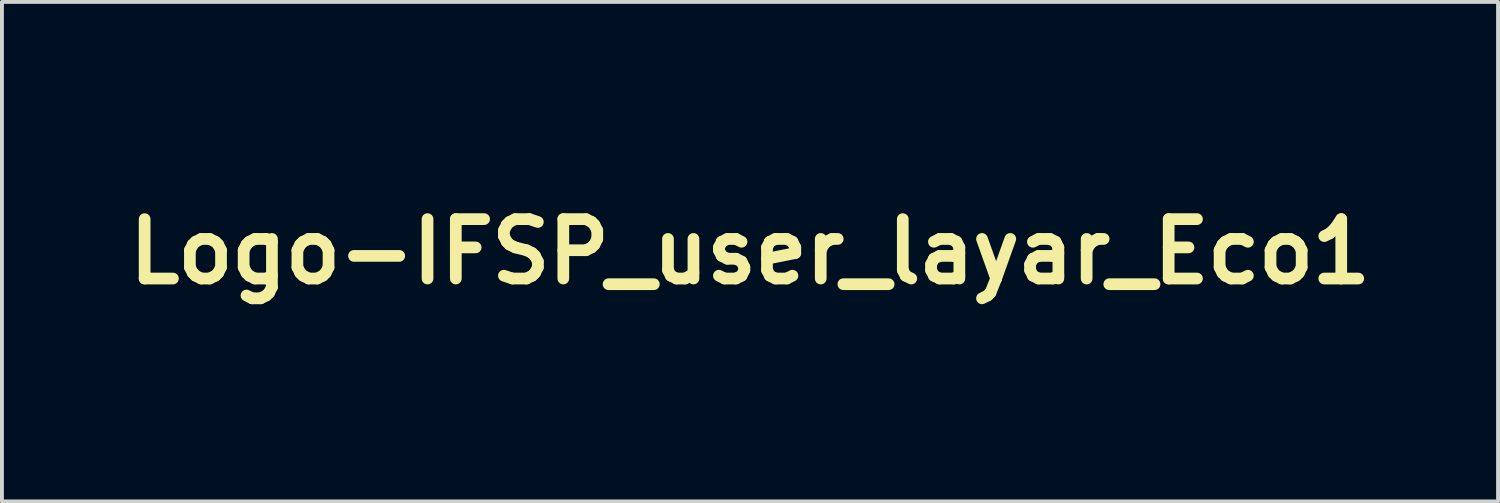
<source format=kicad_pcb>
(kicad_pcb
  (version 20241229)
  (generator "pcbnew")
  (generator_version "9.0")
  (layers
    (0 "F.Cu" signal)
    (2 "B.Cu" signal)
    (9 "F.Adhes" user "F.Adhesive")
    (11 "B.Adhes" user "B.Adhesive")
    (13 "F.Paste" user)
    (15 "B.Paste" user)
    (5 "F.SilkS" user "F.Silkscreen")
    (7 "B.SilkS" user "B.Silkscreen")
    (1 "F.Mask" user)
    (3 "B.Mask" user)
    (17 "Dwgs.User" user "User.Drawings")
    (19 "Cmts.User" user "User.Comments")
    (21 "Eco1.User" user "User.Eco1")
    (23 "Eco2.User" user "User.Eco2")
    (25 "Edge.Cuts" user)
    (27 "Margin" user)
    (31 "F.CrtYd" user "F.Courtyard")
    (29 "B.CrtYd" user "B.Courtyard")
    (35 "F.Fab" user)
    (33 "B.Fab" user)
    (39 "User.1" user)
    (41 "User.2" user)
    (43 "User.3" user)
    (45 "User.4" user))
  (footprint "Logo-IFSP_user_layar_Eco1"
    (layer "F.Cu")
    (at 16.191 3.406)
    (property "Reference" "Logo-IFSP_user_layar_Eco1" (at 0 0 0) (layer "F.SilkS") (effects (font (size 1.524 1.524) (thickness 0.3))))
    (attr through_hole)
    (fp_poly (pts (xy -1.732 -3.401) (xy -1.706 -3.4) (xy -1.681 -3.399) (xy -1.658 -3.397) (xy -1.638 -3.395) (xy -1.631 -3.394) (xy -1.568 -3.382) (xy -1.508 -3.365) (xy -1.449 -3.343) (xy -1.393 -3.317) (xy -1.338 -3.287) (xy -1.287 -3.252) (xy -1.238 -3.212) (xy -1.203 -3.18) (xy -1.158 -3.133) (xy -1.118 -3.084) (xy -1.083 -3.033) (xy -1.052 -2.979) (xy -1.025 -2.923) (xy -1.003 -2.864) (xy -0.985 -2.802) (xy -0.971 -2.738) (xy -0.967 -2.715) (xy -0.965 -2.696) (xy -0.963 -2.674) (xy -0.962 -2.648) (xy -0.961 -2.622) (xy -0.961 -2.594) (xy -0.962 -2.567) (xy -0.963 -2.542) (xy -0.964 -2.519) (xy -0.966 -2.501) (xy -0.966 -2.5) (xy -0.978 -2.434) (xy -0.994 -2.371) (xy -1.014 -2.311) (xy -1.039 -2.253) (xy -1.069 -2.197) (xy -1.102 -2.144) (xy -1.14 -2.094) (xy -1.182 -2.047) (xy -1.194 -2.035) (xy -1.241 -1.991) (xy -1.29 -1.952) (xy -1.342 -1.918) (xy -1.396 -1.888) (xy -1.453 -1.862) (xy -1.511 -1.841) (xy -1.571 -1.825) (xy -1.633 -1.813) (xy -1.697 -1.806) (xy -1.701 -1.806) (xy -1.719 -1.805) (xy -1.734 -1.804) (xy -1.748 -1.804) (xy -1.76 -1.804) (xy -1.774 -1.805) (xy -1.791 -1.806) (xy -1.798 -1.806) (xy -1.86 -1.813) (xy -1.922 -1.824) (xy -1.982 -1.841) (xy -2.04 -1.861) (xy -2.096 -1.887) (xy -2.149 -1.916) (xy -2.201 -1.95) (xy -2.25 -1.988) (xy -2.295 -2.03) (xy -2.338 -2.076) (xy -2.378 -2.125) (xy -2.402 -2.16) (xy -2.416 -2.181) (xy -2.43 -2.206) (xy -2.444 -2.232) (xy -2.457 -2.258) (xy -2.469 -2.282) (xy -2.473 -2.292) (xy -2.495 -2.352) (xy -2.512 -2.413) (xy -2.524 -2.474) (xy -2.532 -2.537) (xy -2.534 -2.599) (xy -2.532 -2.661) (xy -2.526 -2.724) (xy -2.514 -2.785) (xy -2.497 -2.846) (xy -2.476 -2.905) (xy -2.456 -2.951) (xy -2.426 -3.008) (xy -2.392 -3.061) (xy -2.355 -3.112) (xy -2.313 -3.159) (xy -2.268 -3.203) (xy -2.22 -3.242) (xy -2.177 -3.273) (xy -2.123 -3.306) (xy -2.067 -3.334) (xy -2.009 -3.357) (xy -1.95 -3.375) (xy -1.889 -3.389) (xy -1.826 -3.398) (xy -1.823 -3.399) (xy -1.805 -3.4) (xy -1.783 -3.401) (xy -1.758 -3.401) (xy -1.732 -3.401)) (stroke (width 0.01) (type solid)) (fill no) (layer "Eco1.User"))
    (fp_poly (pts (xy 1.536 0.038) (xy 1.593 0.039) (xy 1.655 0.039) (xy 1.722 0.039) (xy 1.737 0.039) (xy 1.798 0.039) (xy 1.854 0.039) (xy 1.905 0.039) (xy 1.952 0.039) (xy 1.994 0.039) (xy 2.033 0.039) (xy 2.067 0.039) (xy 2.098 0.04) (xy 2.126 0.04) (xy 2.151 0.04) (xy 2.173 0.04) (xy 2.192 0.041) (xy 2.209 0.041) (xy 2.223 0.041) (xy 2.236 0.042) (xy 2.246 0.042) (xy 2.255 0.043) (xy 2.263 0.044) (xy 2.27 0.045) (xy 2.275 0.045) (xy 2.28 0.046) (xy 2.284 0.048) (xy 2.289 0.049) (xy 2.293 0.05) (xy 2.297 0.052) (xy 2.301 0.053) (xy 2.305 0.054) (xy 2.339 0.068) (xy 2.371 0.087) (xy 2.402 0.11) (xy 2.43 0.136) (xy 2.456 0.167) (xy 2.478 0.2) (xy 2.493 0.225) (xy 2.505 0.253) (xy 2.516 0.283) (xy 2.525 0.314) (xy 2.528 0.326) (xy 2.534 0.352) (xy 2.534 1.355) (xy 2.528 1.381) (xy 2.516 1.425) (xy 2.501 1.466) (xy 2.481 1.503) (xy 2.458 1.538) (xy 2.431 1.569) (xy 2.426 1.575) (xy 2.396 1.602) (xy 2.364 1.625) (xy 2.331 1.642) (xy 2.296 1.656) (xy 2.259 1.664) (xy 2.253 1.665) (xy 2.247 1.666) (xy 2.237 1.666) (xy 2.222 1.666) (xy 2.203 1.667) (xy 2.18 1.667) (xy 2.154 1.667) (xy 2.124 1.668) (xy 2.091 1.668) (xy 2.056 1.668) (xy 2.018 1.668) (xy 1.979 1.669) (xy 1.937 1.669) (xy 1.894 1.669) (xy 1.85 1.669) (xy 1.805 1.669) (xy 1.759 1.669) (xy 1.713 1.669) (xy 1.667 1.669) (xy 1.622 1.669) (xy 1.577 1.669) (xy 1.533 1.669) (xy 1.491 1.669) (xy 1.449 1.668) (xy 1.41 1.668) (xy 1.373 1.668) (xy 1.338 1.668) (xy 1.306 1.667) (xy 1.278 1.667) (xy 1.252 1.667) (xy 1.23 1.666) (xy 1.212 1.666) (xy 1.198 1.666) (xy 1.189 1.665) (xy 1.186 1.665) (xy 1.149 1.657) (xy 1.114 1.644) (xy 1.08 1.626) (xy 1.048 1.604) (xy 1.018 1.577) (xy 1.017 1.576) (xy 0.99 1.545) (xy 0.966 1.511) (xy 0.946 1.475) (xy 0.93 1.435) (xy 0.917 1.392) (xy 0.914 1.379) (xy 0.908 1.353) (xy 0.908 0.354) (xy 0.914 0.328) (xy 0.926 0.284) (xy 0.941 0.244) (xy 0.96 0.206) (xy 0.982 0.172) (xy 1.007 0.141) (xy 1.034 0.114) (xy 1.065 0.091) (xy 1.098 0.071) (xy 1.133 0.056) (xy 1.17 0.046) (xy 1.201 0.041) (xy 1.207 0.04) (xy 1.216 0.04) (xy 1.229 0.04) (xy 1.246 0.039) (xy 1.267 0.039) (xy 1.292 0.039) (xy 1.322 0.039) (xy 1.355 0.039) (xy 1.394 0.039) (xy 1.437 0.039) (xy 1.484 0.038) (xy 1.536 0.038)) (stroke (width 0.01) (type solid)) (fill no) (layer "Eco1.User"))
    (fp_poly (pts (xy 1.527 -3.36) (xy 1.584 -3.36) (xy 1.646 -3.36) (xy 1.712 -3.36) (xy 1.735 -3.36) (xy 1.796 -3.36) (xy 1.852 -3.36) (xy 1.903 -3.359) (xy 1.95 -3.359) (xy 1.992 -3.359) (xy 2.031 -3.359) (xy 2.066 -3.359) (xy 2.097 -3.359) (xy 2.124 -3.359) (xy 2.149 -3.359) (xy 2.17 -3.358) (xy 2.189 -3.358) (xy 2.205 -3.358) (xy 2.219 -3.358) (xy 2.231 -3.358) (xy 2.241 -3.357) (xy 2.249 -3.357) (xy 2.255 -3.357) (xy 2.26 -3.356) (xy 2.264 -3.356) (xy 2.267 -3.355) (xy 2.27 -3.355) (xy 2.271 -3.355) (xy 2.306 -3.344) (xy 2.337 -3.332) (xy 2.365 -3.316) (xy 2.392 -3.297) (xy 2.418 -3.274) (xy 2.425 -3.268) (xy 2.452 -3.238) (xy 2.475 -3.206) (xy 2.494 -3.171) (xy 2.51 -3.134) (xy 2.523 -3.092) (xy 2.528 -3.073) (xy 2.534 -3.047) (xy 2.534 -2.043) (xy 2.528 -2.018) (xy 2.516 -1.975) (xy 2.501 -1.934) (xy 2.481 -1.896) (xy 2.458 -1.861) (xy 2.432 -1.83) (xy 2.428 -1.826) (xy 2.4 -1.8) (xy 2.371 -1.779) (xy 2.341 -1.761) (xy 2.307 -1.747) (xy 2.27 -1.736) (xy 2.267 -1.736) (xy 2.265 -1.735) (xy 2.262 -1.735) (xy 2.258 -1.734) (xy 2.254 -1.734) (xy 2.248 -1.733) (xy 2.241 -1.733) (xy 2.233 -1.733) (xy 2.223 -1.733) (xy 2.211 -1.732) (xy 2.196 -1.732) (xy 2.179 -1.732) (xy 2.16 -1.732) (xy 2.138 -1.732) (xy 2.113 -1.731) (xy 2.084 -1.731) (xy 2.053 -1.731) (xy 2.017 -1.731) (xy 1.978 -1.731) (xy 1.934 -1.731) (xy 1.886 -1.731) (xy 1.834 -1.731) (xy 1.777 -1.731) (xy 1.734 -1.731) (xy 1.683 -1.731) (xy 1.633 -1.731) (xy 1.585 -1.731) (xy 1.539 -1.731) (xy 1.494 -1.731) (xy 1.452 -1.731) (xy 1.413 -1.731) (xy 1.376 -1.731) (xy 1.343 -1.731) (xy 1.312 -1.731) (xy 1.285 -1.731) (xy 1.262 -1.731) (xy 1.243 -1.731) (xy 1.228 -1.731) (xy 1.217 -1.731) (xy 1.211 -1.731) (xy 1.21 -1.731) (xy 1.179 -1.736) (xy 1.151 -1.742) (xy 1.125 -1.751) (xy 1.101 -1.762) (xy 1.076 -1.776) (xy 1.066 -1.782) (xy 1.034 -1.806) (xy 1.006 -1.834) (xy 0.98 -1.866) (xy 0.958 -1.901) (xy 0.939 -1.939) (xy 0.924 -1.981) (xy 0.914 -2.019) (xy 0.908 -2.046) (xy 0.908 -3.042) (xy 0.914 -3.071) (xy 0.925 -3.113) (xy 0.94 -3.152) (xy 0.958 -3.189) (xy 0.979 -3.223) (xy 1.004 -3.254) (xy 1.031 -3.282) (xy 1.061 -3.305) (xy 1.093 -3.325) (xy 1.127 -3.341) (xy 1.163 -3.352) (xy 1.194 -3.358) (xy 1.199 -3.358) (xy 1.208 -3.359) (xy 1.22 -3.359) (xy 1.237 -3.359) (xy 1.258 -3.359) (xy 1.283 -3.36) (xy 1.312 -3.36) (xy 1.346 -3.36) (xy 1.384 -3.36) (xy 1.427 -3.36) (xy 1.475 -3.36) (xy 1.527 -3.36)) (stroke (width 0.01) (type solid)) (fill no) (layer "Eco1.User"))
    (fp_poly (pts (xy -1.664 0.062) (xy -1.606 0.062) (xy -1.553 0.062) (xy -1.505 0.062) (xy -1.461 0.062) (xy -1.421 0.062) (xy -1.386 0.063) (xy -1.353 0.063) (xy -1.325 0.063) (xy -1.299 0.063) (xy -1.277 0.063) (xy -1.258 0.063) (xy -1.241 0.063) (xy -1.227 0.064) (xy -1.216 0.064) (xy -1.206 0.064) (xy -1.199 0.065) (xy -1.193 0.065) (xy -1.189 0.065) (xy -1.186 0.066) (xy -1.148 0.075) (xy -1.112 0.089) (xy -1.078 0.108) (xy -1.047 0.13) (xy -1.017 0.157) (xy -0.991 0.187) (xy -0.968 0.22) (xy -0.948 0.257) (xy -0.94 0.275) (xy -0.929 0.308) (xy -0.919 0.343) (xy -0.913 0.377) (xy -0.912 0.387) (xy -0.912 0.393) (xy -0.911 0.401) (xy -0.911 0.412) (xy -0.911 0.426) (xy -0.91 0.443) (xy -0.91 0.464) (xy -0.91 0.489) (xy -0.91 0.517) (xy -0.91 0.549) (xy -0.91 0.585) (xy -0.91 0.625) (xy -0.91 0.67) (xy -0.91 0.719) (xy -0.91 0.773) (xy -0.91 0.831) (xy -0.91 0.894) (xy -0.911 1.373) (xy -0.916 1.4) (xy -0.928 1.445) (xy -0.943 1.486) (xy -0.962 1.524) (xy -0.985 1.559) (xy -1.011 1.59) (xy -1.04 1.618) (xy -1.071 1.642) (xy -1.106 1.661) (xy -1.144 1.677) (xy -1.165 1.683) (xy -1.19 1.69) (xy -1.714 1.691) (xy -1.777 1.691) (xy -1.835 1.691) (xy -1.888 1.691) (xy -1.936 1.691) (xy -1.981 1.691) (xy -2.021 1.691) (xy -2.057 1.691) (xy -2.09 1.691) (xy -2.119 1.691) (xy -2.144 1.69) (xy -2.167 1.69) (xy -2.187 1.69) (xy -2.203 1.69) (xy -2.218 1.69) (xy -2.23 1.689) (xy -2.24 1.689) (xy -2.248 1.689) (xy -2.254 1.688) (xy -2.258 1.688) (xy -2.261 1.688) (xy -2.297 1.68) (xy -2.332 1.666) (xy -2.366 1.649) (xy -2.398 1.626) (xy -2.428 1.599) (xy -2.433 1.594) (xy -2.461 1.561) (xy -2.484 1.526) (xy -2.504 1.488) (xy -2.52 1.446) (xy -2.531 1.402) (xy -2.533 1.392) (xy -2.539 1.36) (xy -2.539 0.88) (xy -2.539 0.821) (xy -2.539 0.767) (xy -2.539 0.717) (xy -2.539 0.672) (xy -2.539 0.63) (xy -2.539 0.593) (xy -2.539 0.56) (xy -2.538 0.53) (xy -2.538 0.503) (xy -2.538 0.479) (xy -2.538 0.458) (xy -2.537 0.44) (xy -2.537 0.423) (xy -2.537 0.409) (xy -2.536 0.397) (xy -2.535 0.387) (xy -2.535 0.378) (xy -2.534 0.37) (xy -2.533 0.363) (xy -2.532 0.356) (xy -2.531 0.351) (xy -2.53 0.345) (xy -2.528 0.339) (xy -2.527 0.334) (xy -2.525 0.328) (xy -2.525 0.326) (xy -2.512 0.286) (xy -2.495 0.248) (xy -2.475 0.213) (xy -2.452 0.18) (xy -2.425 0.151) (xy -2.396 0.126) (xy -2.365 0.104) (xy -2.331 0.087) (xy -2.309 0.078) (xy -2.297 0.074) (xy -2.282 0.07) (xy -2.269 0.067) (xy -2.268 0.067) (xy -2.266 0.066) (xy -2.263 0.066) (xy -2.259 0.065) (xy -2.255 0.065) (xy -2.25 0.065) (xy -2.243 0.064) (xy -2.236 0.064) (xy -2.227 0.064) (xy -2.215 0.063) (xy -2.202 0.063) (xy -2.187 0.063) (xy -2.17 0.063) (xy -2.149 0.063) (xy -2.126 0.063) (xy -2.1 0.063) (xy -2.071 0.062) (xy -2.038 0.062) (xy -2.001 0.062) (xy -1.96 0.062) (xy -1.916 0.062) (xy -1.867 0.062) (xy -1.813 0.062) (xy -1.755 0.062) (xy -1.726 0.062) (xy -1.664 0.062)) (stroke (width 0.01) (type solid)) (fill no) (layer "Eco1.User"))
    (fp_poly (pts (xy -0.179 -1.648) (xy -0.124 -1.648) (xy -0.065 -1.648) (xy -0.000038 -1.648) (xy 0.014 -1.648) (xy 0.54 -1.647) (xy 0.565 -1.64) (xy 0.588 -1.633) (xy 0.612 -1.622) (xy 0.637 -1.61) (xy 0.658 -1.597) (xy 0.662 -1.595) (xy 0.686 -1.576) (xy 0.709 -1.554) (xy 0.732 -1.528) (xy 0.752 -1.501) (xy 0.769 -1.472) (xy 0.777 -1.456) (xy 0.789 -1.428) (xy 0.8 -1.397) (xy 0.808 -1.365) (xy 0.811 -1.35) (xy 0.817 -1.32) (xy 0.817 -0.836) (xy 0.817 -0.777) (xy 0.817 -0.724) (xy 0.817 -0.675) (xy 0.817 -0.63) (xy 0.817 -0.59) (xy 0.816 -0.553) (xy 0.816 -0.521) (xy 0.816 -0.492) (xy 0.816 -0.466) (xy 0.816 -0.443) (xy 0.816 -0.423) (xy 0.816 -0.406) (xy 0.816 -0.391) (xy 0.815 -0.378) (xy 0.815 -0.367) (xy 0.815 -0.358) (xy 0.815 -0.35) (xy 0.814 -0.344) (xy 0.814 -0.338) (xy 0.813 -0.334) (xy 0.813 -0.33) (xy 0.812 -0.326) (xy 0.812 -0.324) (xy 0.803 -0.281) (xy 0.789 -0.241) (xy 0.772 -0.203) (xy 0.752 -0.168) (xy 0.729 -0.136) (xy 0.702 -0.107) (xy 0.673 -0.082) (xy 0.641 -0.061) (xy 0.608 -0.044) (xy 0.572 -0.031) (xy 0.55 -0.026) (xy 0.546 -0.025) (xy 0.543 -0.024) (xy 0.54 -0.024) (xy 0.536 -0.023) (xy 0.532 -0.023) (xy 0.527 -0.023) (xy 0.521 -0.022) (xy 0.513 -0.022) (xy 0.504 -0.022) (xy 0.493 -0.021) (xy 0.48 -0.021) (xy 0.465 -0.021) (xy 0.448 -0.021) (xy 0.428 -0.021) (xy 0.405 -0.021) (xy 0.38 -0.021) (xy 0.351 -0.021) (xy 0.318 -0.021) (xy 0.282 -0.021) (xy 0.243 -0.021) (xy 0.199 -0.021) (xy 0.15 -0.021) (xy 0.098 -0.021) (xy 0.04 -0.021) (xy 0.001 -0.021) (xy -0.05 -0.021) (xy -0.101 -0.021) (xy -0.149 -0.021) (xy -0.196 -0.021) (xy -0.241 -0.021) (xy -0.283 -0.021) (xy -0.324 -0.021) (xy -0.361 -0.021) (xy -0.395 -0.022) (xy -0.427 -0.022) (xy -0.454 -0.022) (xy -0.479 -0.022) (xy -0.499 -0.022) (xy -0.515 -0.023) (xy -0.526 -0.023) (xy -0.533 -0.023) (xy -0.535 -0.023) (xy -0.571 -0.032) (xy -0.606 -0.045) (xy -0.64 -0.063) (xy -0.671 -0.085) (xy -0.701 -0.111) (xy -0.727 -0.14) (xy -0.745 -0.165) (xy -0.767 -0.202) (xy -0.785 -0.241) (xy -0.798 -0.282) (xy -0.807 -0.325) (xy -0.81 -0.347) (xy -0.811 -0.352) (xy -0.811 -0.362) (xy -0.811 -0.377) (xy -0.811 -0.396) (xy -0.812 -0.418) (xy -0.812 -0.444) (xy -0.812 -0.473) (xy -0.812 -0.506) (xy -0.812 -0.54) (xy -0.812 -0.577) (xy -0.813 -0.616) (xy -0.813 -0.657) (xy -0.813 -0.698) (xy -0.813 -0.741) (xy -0.813 -0.785) (xy -0.813 -0.828) (xy -0.813 -0.872) (xy -0.813 -0.916) (xy -0.813 -0.959) (xy -0.813 -1.001) (xy -0.813 -1.042) (xy -0.812 -1.081) (xy -0.812 -1.119) (xy -0.812 -1.154) (xy -0.812 -1.187) (xy -0.812 -1.217) (xy -0.812 -1.244) (xy -0.811 -1.267) (xy -0.811 -1.287) (xy -0.811 -1.303) (xy -0.811 -1.314) (xy -0.81 -1.321) (xy -0.81 -1.322) (xy -0.803 -1.367) (xy -0.792 -1.409) (xy -0.776 -1.449) (xy -0.756 -1.487) (xy -0.745 -1.504) (xy -0.721 -1.537) (xy -0.693 -1.565) (xy -0.663 -1.59) (xy -0.631 -1.611) (xy -0.596 -1.628) (xy -0.56 -1.64) (xy -0.531 -1.646) (xy -0.527 -1.646) (xy -0.521 -1.646) (xy -0.511 -1.647) (xy -0.499 -1.647) (xy -0.484 -1.647) (xy -0.465 -1.648) (xy -0.443 -1.648) (xy -0.417 -1.648) (xy -0.388 -1.648) (xy -0.354 -1.648) (xy -0.317 -1.648) (xy -0.275 -1.648) (xy -0.229 -1.648) (xy -0.179 -1.648)) (stroke (width 0.01) (type solid)) (fill no) (layer "Eco1.User"))
    (fp_poly (pts (xy 0.235 0.061) (xy 0.286 0.061) (xy 0.332 0.061) (xy 0.373 0.062) (xy 0.409 0.062) (xy 0.439 0.062) (xy 0.465 0.062) (xy 0.485 0.062) (xy 0.501 0.063) (xy 0.511 0.063) (xy 0.516 0.063) (xy 0.551 0.068) (xy 0.584 0.077) (xy 0.615 0.09) (xy 0.621 0.093) (xy 0.656 0.113) (xy 0.688 0.137) (xy 0.716 0.165) (xy 0.742 0.196) (xy 0.764 0.231) (xy 0.783 0.269) (xy 0.798 0.309) (xy 0.81 0.353) (xy 0.811 0.358) (xy 0.816 0.387) (xy 0.817 0.852) (xy 0.817 0.912) (xy 0.817 0.967) (xy 0.818 1.017) (xy 0.818 1.063) (xy 0.818 1.105) (xy 0.818 1.143) (xy 0.817 1.177) (xy 0.817 1.208) (xy 0.817 1.236) (xy 0.817 1.26) (xy 0.817 1.282) (xy 0.816 1.301) (xy 0.816 1.318) (xy 0.816 1.332) (xy 0.815 1.345) (xy 0.815 1.356) (xy 0.814 1.366) (xy 0.813 1.374) (xy 0.812 1.382) (xy 0.811 1.389) (xy 0.81 1.395) (xy 0.809 1.401) (xy 0.808 1.407) (xy 0.807 1.409) (xy 0.796 1.451) (xy 0.781 1.49) (xy 0.762 1.526) (xy 0.74 1.56) (xy 0.715 1.591) (xy 0.687 1.618) (xy 0.656 1.641) (xy 0.623 1.661) (xy 0.587 1.676) (xy 0.577 1.679) (xy 0.573 1.68) (xy 0.568 1.682) (xy 0.564 1.683) (xy 0.56 1.684) (xy 0.555 1.685) (xy 0.55 1.686) (xy 0.543 1.687) (xy 0.536 1.688) (xy 0.528 1.688) (xy 0.518 1.689) (xy 0.507 1.689) (xy 0.493 1.69) (xy 0.478 1.69) (xy 0.46 1.69) (xy 0.44 1.691) (xy 0.417 1.691) (xy 0.391 1.691) (xy 0.362 1.691) (xy 0.329 1.691) (xy 0.293 1.691) (xy 0.253 1.691) (xy 0.209 1.691) (xy 0.161 1.691) (xy 0.109 1.691) (xy 0.051 1.691) (xy -0.001 1.691) (xy -0.052 1.691) (xy -0.102 1.691) (xy -0.15 1.691) (xy -0.196 1.691) (xy -0.241 1.691) (xy -0.283 1.691) (xy -0.323 1.691) (xy -0.36 1.69) (xy -0.394 1.69) (xy -0.425 1.69) (xy -0.452 1.69) (xy -0.476 1.69) (xy -0.496 1.69) (xy -0.511 1.689) (xy -0.522 1.689) (xy -0.528 1.689) (xy -0.53 1.689) (xy -0.566 1.681) (xy -0.601 1.669) (xy -0.635 1.652) (xy -0.666 1.631) (xy -0.695 1.606) (xy -0.722 1.577) (xy -0.746 1.546) (xy -0.766 1.511) (xy -0.784 1.473) (xy -0.796 1.436) (xy -0.798 1.43) (xy -0.8 1.425) (xy -0.801 1.42) (xy -0.803 1.415) (xy -0.804 1.41) (xy -0.805 1.404) (xy -0.806 1.398) (xy -0.807 1.392) (xy -0.808 1.384) (xy -0.808 1.375) (xy -0.809 1.365) (xy -0.81 1.353) (xy -0.81 1.339) (xy -0.81 1.323) (xy -0.811 1.305) (xy -0.811 1.284) (xy -0.811 1.261) (xy -0.811 1.234) (xy -0.811 1.204) (xy -0.811 1.171) (xy -0.812 1.134) (xy -0.812 1.093) (xy -0.812 1.048) (xy -0.812 0.998) (xy -0.812 0.944) (xy -0.812 0.885) (xy -0.812 0.875) (xy -0.812 0.382) (xy -0.805 0.35) (xy -0.793 0.306) (xy -0.777 0.265) (xy -0.758 0.228) (xy -0.735 0.193) (xy -0.708 0.161) (xy -0.708 0.161) (xy -0.679 0.133) (xy -0.648 0.11) (xy -0.615 0.092) (xy -0.58 0.077) (xy -0.547 0.068) (xy -0.545 0.067) (xy -0.542 0.067) (xy -0.539 0.066) (xy -0.535 0.066) (xy -0.531 0.065) (xy -0.526 0.065) (xy -0.52 0.064) (xy -0.513 0.064) (xy -0.504 0.064) (xy -0.493 0.063) (xy -0.481 0.063) (xy -0.466 0.063) (xy -0.449 0.063) (xy -0.429 0.063) (xy -0.406 0.063) (xy -0.381 0.062) (xy -0.352 0.062) (xy -0.319 0.062) (xy -0.283 0.062) (xy -0.243 0.062) (xy -0.199 0.062) (xy -0.15 0.062) (xy -0.097 0.062) (xy -0.039 0.062) (xy -0.019 0.062) (xy 0.052 0.061) (xy 0.118 0.061) (xy 0.179 0.061) (xy 0.235 0.061)) (stroke (width 0.01) (type solid)) (fill no) (layer "Eco1.User"))
    (fp_poly (pts (xy -1.484 -1.648) (xy -1.434 -1.648) (xy -1.387 -1.648) (xy -1.346 -1.648) (xy -1.309 -1.648) (xy -1.277 -1.647) (xy -1.251 -1.647) (xy -1.229 -1.647) (xy -1.212 -1.647) (xy -1.2 -1.647) (xy -1.193 -1.646) (xy -1.191 -1.646) (xy -1.154 -1.638) (xy -1.119 -1.625) (xy -1.085 -1.607) (xy -1.053 -1.586) (xy -1.023 -1.56) (xy -0.995 -1.53) (xy -0.971 -1.497) (xy -0.97 -1.495) (xy -0.953 -1.464) (xy -0.938 -1.43) (xy -0.926 -1.394) (xy -0.917 -1.356) (xy -0.912 -1.325) (xy -0.912 -1.32) (xy -0.911 -1.309) (xy -0.911 -1.294) (xy -0.911 -1.275) (xy -0.911 -1.253) (xy -0.91 -1.226) (xy -0.91 -1.197) (xy -0.91 -1.164) (xy -0.91 -1.129) (xy -0.91 -1.092) (xy -0.909 -1.053) (xy -0.909 -1.012) (xy -0.909 -0.97) (xy -0.909 -0.927) (xy -0.909 -0.884) (xy -0.909 -0.839) (xy -0.909 -0.795) (xy -0.909 -0.752) (xy -0.909 -0.708) (xy -0.909 -0.666) (xy -0.909 -0.625) (xy -0.91 -0.586) (xy -0.91 -0.548) (xy -0.91 -0.512) (xy -0.91 -0.479) (xy -0.91 -0.449) (xy -0.91 -0.422) (xy -0.911 -0.398) (xy -0.911 -0.378) (xy -0.911 -0.363) (xy -0.912 -0.351) (xy -0.912 -0.344) (xy -0.912 -0.343) (xy -0.919 -0.301) (xy -0.93 -0.261) (xy -0.945 -0.222) (xy -0.963 -0.186) (xy -0.985 -0.152) (xy -1.01 -0.122) (xy -1.038 -0.095) (xy -1.069 -0.071) (xy -1.102 -0.052) (xy -1.137 -0.036) (xy -1.139 -0.036) (xy -1.144 -0.034) (xy -1.148 -0.032) (xy -1.153 -0.031) (xy -1.157 -0.03) (xy -1.161 -0.028) (xy -1.166 -0.027) (xy -1.171 -0.026) (xy -1.178 -0.025) (xy -1.185 -0.024) (xy -1.194 -0.024) (xy -1.204 -0.023) (xy -1.216 -0.023) (xy -1.229 -0.022) (xy -1.245 -0.022) (xy -1.263 -0.021) (xy -1.284 -0.021) (xy -1.308 -0.021) (xy -1.334 -0.021) (xy -1.364 -0.021) (xy -1.397 -0.021) (xy -1.434 -0.02) (xy -1.475 -0.02) (xy -1.519 -0.02) (xy -1.568 -0.02) (xy -1.622 -0.02) (xy -1.68 -0.02) (xy -1.727 -0.02) (xy -1.788 -0.021) (xy -1.843 -0.021) (xy -1.895 -0.021) (xy -1.941 -0.021) (xy -1.984 -0.021) (xy -2.022 -0.021) (xy -2.057 -0.021) (xy -2.088 -0.021) (xy -2.116 -0.021) (xy -2.14 -0.021) (xy -2.162 -0.021) (xy -2.181 -0.021) (xy -2.197 -0.022) (xy -2.211 -0.022) (xy -2.223 -0.022) (xy -2.234 -0.022) (xy -2.242 -0.022) (xy -2.249 -0.023) (xy -2.255 -0.023) (xy -2.259 -0.024) (xy -2.263 -0.024) (xy -2.267 -0.024) (xy -2.27 -0.025) (xy -2.272 -0.025) (xy -2.309 -0.036) (xy -2.345 -0.051) (xy -2.378 -0.07) (xy -2.409 -0.094) (xy -2.438 -0.121) (xy -2.463 -0.153) (xy -2.486 -0.187) (xy -2.498 -0.212) (xy -2.513 -0.246) (xy -2.524 -0.279) (xy -2.532 -0.314) (xy -2.537 -0.352) (xy -2.538 -0.364) (xy -2.538 -0.371) (xy -2.538 -0.383) (xy -2.538 -0.398) (xy -2.539 -0.418) (xy -2.539 -0.442) (xy -2.539 -0.469) (xy -2.539 -0.499) (xy -2.539 -0.532) (xy -2.539 -0.568) (xy -2.539 -0.606) (xy -2.54 -0.645) (xy -2.54 -0.686) (xy -2.54 -0.728) (xy -2.54 -0.771) (xy -2.54 -0.814) (xy -2.54 -0.857) (xy -2.54 -0.901) (xy -2.54 -0.943) (xy -2.54 -0.985) (xy -2.54 -1.026) (xy -2.539 -1.066) (xy -2.539 -1.103) (xy -2.539 -1.138) (xy -2.539 -1.171) (xy -2.539 -1.201) (xy -2.539 -1.228) (xy -2.539 -1.252) (xy -2.538 -1.271) (xy -2.538 -1.287) (xy -2.538 -1.298) (xy -2.538 -1.304) (xy -2.534 -1.342) (xy -2.527 -1.377) (xy -2.517 -1.41) (xy -2.504 -1.444) (xy -2.498 -1.457) (xy -2.477 -1.495) (xy -2.453 -1.529) (xy -2.425 -1.561) (xy -2.393 -1.588) (xy -2.377 -1.6) (xy -2.363 -1.608) (xy -2.346 -1.617) (xy -2.327 -1.625) (xy -2.309 -1.633) (xy -2.291 -1.639) (xy -2.287 -1.64) (xy -2.262 -1.647) (xy -1.735 -1.648) (xy -1.665 -1.648) (xy -1.6 -1.648) (xy -1.54 -1.648) (xy -1.484 -1.648)) (stroke (width 0.01) (type solid)) (fill no) (layer "Eco1.User"))
    (fp_poly (pts (xy -0.204 -3.36) (xy -0.152 -3.36) (xy -0.095 -3.36) (xy -0.034 -3.36) (xy 0.018 -3.36) (xy 0.078 -3.36) (xy 0.133 -3.36) (xy 0.184 -3.36) (xy 0.23 -3.359) (xy 0.273 -3.359) (xy 0.311 -3.359) (xy 0.345 -3.359) (xy 0.376 -3.359) (xy 0.403 -3.359) (xy 0.427 -3.359) (xy 0.448 -3.359) (xy 0.467 -3.358) (xy 0.483 -3.358) (xy 0.497 -3.358) (xy 0.508 -3.358) (xy 0.518 -3.358) (xy 0.526 -3.357) (xy 0.533 -3.357) (xy 0.538 -3.357) (xy 0.543 -3.356) (xy 0.546 -3.356) (xy 0.549 -3.355) (xy 0.552 -3.355) (xy 0.554 -3.354) (xy 0.556 -3.354) (xy 0.594 -3.342) (xy 0.63 -3.325) (xy 0.664 -3.304) (xy 0.695 -3.279) (xy 0.723 -3.25) (xy 0.748 -3.218) (xy 0.769 -3.182) (xy 0.773 -3.174) (xy 0.787 -3.143) (xy 0.798 -3.114) (xy 0.806 -3.084) (xy 0.812 -3.053) (xy 0.815 -3.02) (xy 0.816 -3.013) (xy 0.816 -3.002) (xy 0.816 -2.987) (xy 0.817 -2.969) (xy 0.817 -2.946) (xy 0.817 -2.918) (xy 0.817 -2.887) (xy 0.817 -2.851) (xy 0.817 -2.81) (xy 0.817 -2.765) (xy 0.817 -2.716) (xy 0.817 -2.661) (xy 0.817 -2.602) (xy 0.817 -2.537) (xy 0.817 -2.521) (xy 0.817 -2.464) (xy 0.817 -2.412) (xy 0.817 -2.364) (xy 0.817 -2.321) (xy 0.817 -2.282) (xy 0.817 -2.247) (xy 0.816 -2.216) (xy 0.816 -2.188) (xy 0.816 -2.163) (xy 0.816 -2.141) (xy 0.816 -2.123) (xy 0.816 -2.106) (xy 0.815 -2.092) (xy 0.815 -2.08) (xy 0.815 -2.07) (xy 0.815 -2.062) (xy 0.814 -2.055) (xy 0.814 -2.049) (xy 0.813 -2.044) (xy 0.813 -2.04) (xy 0.812 -2.036) (xy 0.812 -2.033) (xy 0.811 -2.029) (xy 0.811 -2.028) (xy 0.8 -1.984) (xy 0.786 -1.943) (xy 0.767 -1.905) (xy 0.746 -1.87) (xy 0.721 -1.838) (xy 0.692 -1.81) (xy 0.661 -1.785) (xy 0.628 -1.765) (xy 0.591 -1.748) (xy 0.552 -1.737) (xy 0.548 -1.735) (xy 0.545 -1.735) (xy 0.542 -1.734) (xy 0.538 -1.734) (xy 0.533 -1.734) (xy 0.526 -1.733) (xy 0.519 -1.733) (xy 0.509 -1.733) (xy 0.497 -1.733) (xy 0.484 -1.732) (xy 0.468 -1.732) (xy 0.449 -1.732) (xy 0.428 -1.732) (xy 0.403 -1.732) (xy 0.376 -1.731) (xy 0.345 -1.731) (xy 0.31 -1.731) (xy 0.272 -1.731) (xy 0.229 -1.731) (xy 0.183 -1.731) (xy 0.132 -1.731) (xy 0.076 -1.731) (xy 0.015 -1.731) (xy -0.036 -1.731) (xy -0.085 -1.731) (xy -0.133 -1.731) (xy -0.18 -1.731) (xy -0.224 -1.731) (xy -0.266 -1.731) (xy -0.306 -1.731) (xy -0.343 -1.731) (xy -0.377 -1.731) (xy -0.407 -1.731) (xy -0.434 -1.731) (xy -0.458 -1.731) (xy -0.477 -1.731) (xy -0.493 -1.731) (xy -0.503 -1.731) (xy -0.509 -1.731) (xy -0.511 -1.731) (xy -0.548 -1.737) (xy -0.584 -1.747) (xy -0.618 -1.762) (xy -0.651 -1.781) (xy -0.682 -1.805) (xy -0.71 -1.832) (xy -0.736 -1.863) (xy -0.758 -1.897) (xy -0.77 -1.919) (xy -0.784 -1.95) (xy -0.795 -1.982) (xy -0.804 -2.018) (xy -0.805 -2.019) (xy -0.812 -2.051) (xy -0.812 -2.544) (xy -0.812 -2.603) (xy -0.812 -2.658) (xy -0.812 -2.708) (xy -0.812 -2.754) (xy -0.812 -2.796) (xy -0.811 -2.834) (xy -0.811 -2.867) (xy -0.811 -2.898) (xy -0.811 -2.925) (xy -0.811 -2.949) (xy -0.811 -2.97) (xy -0.81 -2.989) (xy -0.81 -3.005) (xy -0.81 -3.02) (xy -0.809 -3.032) (xy -0.808 -3.042) (xy -0.808 -3.051) (xy -0.807 -3.059) (xy -0.806 -3.066) (xy -0.805 -3.072) (xy -0.804 -3.078) (xy -0.803 -3.083) (xy -0.801 -3.088) (xy -0.8 -3.093) (xy -0.798 -3.098) (xy -0.797 -3.104) (xy -0.796 -3.105) (xy -0.782 -3.145) (xy -0.765 -3.183) (xy -0.744 -3.218) (xy -0.72 -3.249) (xy -0.693 -3.277) (xy -0.663 -3.302) (xy -0.631 -3.322) (xy -0.597 -3.339) (xy -0.562 -3.35) (xy -0.525 -3.358) (xy -0.523 -3.358) (xy -0.519 -3.358) (xy -0.511 -3.358) (xy -0.501 -3.359) (xy -0.488 -3.359) (xy -0.471 -3.359) (xy -0.451 -3.359) (xy -0.428 -3.36) (xy -0.4 -3.36) (xy -0.369 -3.36) (xy -0.335 -3.36) (xy -0.295 -3.36) (xy -0.252 -3.36) (xy -0.204 -3.36)) (stroke (width 0.01) (type solid)) (fill no) (layer "Eco1.User"))
    (fp_poly (pts (xy -0.073 1.773) (xy -0.013 1.773) (xy 0.003 1.773) (xy 0.067 1.773) (xy 0.128 1.773) (xy 0.185 1.773) (xy 0.238 1.773) (xy 0.287 1.773) (xy 0.332 1.773) (xy 0.372 1.774) (xy 0.408 1.774) (xy 0.44 1.774) (xy 0.467 1.774) (xy 0.489 1.774) (xy 0.507 1.775) (xy 0.519 1.775) (xy 0.527 1.775) (xy 0.53 1.776) (xy 0.568 1.783) (xy 0.604 1.796) (xy 0.638 1.813) (xy 0.67 1.834) (xy 0.701 1.86) (xy 0.725 1.886) (xy 0.745 1.911) (xy 0.762 1.939) (xy 0.773 1.96) (xy 0.787 1.99) (xy 0.798 2.02) (xy 0.806 2.049) (xy 0.812 2.08) (xy 0.815 2.113) (xy 0.816 2.12) (xy 0.816 2.131) (xy 0.816 2.146) (xy 0.817 2.165) (xy 0.817 2.188) (xy 0.817 2.215) (xy 0.817 2.246) (xy 0.817 2.282) (xy 0.817 2.323) (xy 0.817 2.368) (xy 0.817 2.418) (xy 0.817 2.472) (xy 0.817 2.532) (xy 0.817 2.596) (xy 0.817 2.612) (xy 0.817 2.669) (xy 0.817 2.722) (xy 0.817 2.769) (xy 0.817 2.812) (xy 0.817 2.851) (xy 0.817 2.886) (xy 0.816 2.918) (xy 0.816 2.946) (xy 0.816 2.97) (xy 0.816 2.992) (xy 0.816 3.011) (xy 0.816 3.027) (xy 0.815 3.041) (xy 0.815 3.053) (xy 0.815 3.063) (xy 0.815 3.072) (xy 0.814 3.079) (xy 0.814 3.084) (xy 0.813 3.089) (xy 0.813 3.094) (xy 0.812 3.097) (xy 0.812 3.101) (xy 0.811 3.104) (xy 0.811 3.105) (xy 0.8 3.15) (xy 0.785 3.192) (xy 0.766 3.231) (xy 0.743 3.267) (xy 0.717 3.299) (xy 0.713 3.303) (xy 0.683 3.331) (xy 0.651 3.355) (xy 0.617 3.374) (xy 0.579 3.389) (xy 0.548 3.398) (xy 0.545 3.398) (xy 0.542 3.399) (xy 0.538 3.399) (xy 0.533 3.4) (xy 0.526 3.4) (xy 0.519 3.4) (xy 0.509 3.401) (xy 0.497 3.401) (xy 0.484 3.401) (xy 0.468 3.401) (xy 0.449 3.401) (xy 0.428 3.402) (xy 0.404 3.402) (xy 0.376 3.402) (xy 0.345 3.402) (xy 0.311 3.402) (xy 0.272 3.402) (xy 0.23 3.402) (xy 0.184 3.402) (xy 0.133 3.402) (xy 0.077 3.402) (xy 0.016 3.402) (xy 0.014 3.402) (xy -0.037 3.403) (xy -0.087 3.403) (xy -0.135 3.403) (xy -0.181 3.403) (xy -0.225 3.403) (xy -0.267 3.403) (xy -0.307 3.403) (xy -0.343 3.403) (xy -0.377 3.402) (xy -0.407 3.402) (xy -0.434 3.402) (xy -0.458 3.402) (xy -0.477 3.402) (xy -0.492 3.402) (xy -0.502 3.402) (xy -0.508 3.402) (xy -0.509 3.402) (xy -0.536 3.398) (xy -0.56 3.393) (xy -0.581 3.387) (xy -0.602 3.379) (xy -0.62 3.371) (xy -0.649 3.354) (xy -0.677 3.333) (xy -0.704 3.308) (xy -0.707 3.304) (xy -0.734 3.273) (xy -0.757 3.24) (xy -0.775 3.204) (xy -0.791 3.165) (xy -0.803 3.123) (xy -0.805 3.114) (xy -0.812 3.082) (xy -0.812 2.59) (xy -0.812 2.53) (xy -0.812 2.475) (xy -0.812 2.425) (xy -0.812 2.379) (xy -0.812 2.337) (xy -0.811 2.3) (xy -0.811 2.266) (xy -0.811 2.235) (xy -0.811 2.208) (xy -0.811 2.184) (xy -0.811 2.163) (xy -0.81 2.144) (xy -0.81 2.128) (xy -0.81 2.114) (xy -0.809 2.102) (xy -0.808 2.091) (xy -0.808 2.082) (xy -0.807 2.074) (xy -0.806 2.067) (xy -0.805 2.061) (xy -0.804 2.056) (xy -0.803 2.051) (xy -0.801 2.046) (xy -0.8 2.041) (xy -0.798 2.035) (xy -0.797 2.029) (xy -0.796 2.028) (xy -0.782 1.988) (xy -0.764 1.95) (xy -0.743 1.914) (xy -0.718 1.883) (xy -0.691 1.854) (xy -0.66 1.83) (xy -0.628 1.809) (xy -0.592 1.793) (xy -0.58 1.788) (xy -0.575 1.786) (xy -0.57 1.785) (xy -0.565 1.783) (xy -0.561 1.782) (xy -0.556 1.781) (xy -0.551 1.78) (xy -0.545 1.779) (xy -0.538 1.778) (xy -0.53 1.777) (xy -0.52 1.776) (xy -0.51 1.776) (xy -0.497 1.775) (xy -0.482 1.775) (xy -0.466 1.774) (xy -0.446 1.774) (xy -0.425 1.774) (xy -0.4 1.773) (xy -0.372 1.773) (xy -0.341 1.773) (xy -0.306 1.773) (xy -0.268 1.773) (xy -0.226 1.773) (xy -0.18 1.773) (xy -0.129 1.773) (xy -0.073 1.773)) (stroke (width 0.01) (type solid)) (fill no) (layer "Eco1.User"))
    (fp_poly (pts (xy -1.46 1.773) (xy -1.418 1.773) (xy -1.38 1.773) (xy -1.346 1.773) (xy -1.316 1.774) (xy -1.289 1.774) (xy -1.267 1.774) (xy -1.247 1.774) (xy -1.232 1.774) (xy -1.219 1.775) (xy -1.209 1.775) (xy -1.202 1.775) (xy -1.199 1.776) (xy -1.161 1.783) (xy -1.125 1.795) (xy -1.09 1.811) (xy -1.058 1.833) (xy -1.027 1.858) (xy -1.021 1.864) (xy -0.993 1.895) (xy -0.97 1.929) (xy -0.95 1.965) (xy -0.933 2.004) (xy -0.92 2.047) (xy -0.916 2.064) (xy -0.911 2.089) (xy -0.91 2.569) (xy -0.91 2.632) (xy -0.91 2.691) (xy -0.91 2.744) (xy -0.91 2.793) (xy -0.91 2.838) (xy -0.91 2.878) (xy -0.91 2.914) (xy -0.91 2.946) (xy -0.91 2.974) (xy -0.91 2.999) (xy -0.91 3.02) (xy -0.911 3.037) (xy -0.911 3.051) (xy -0.911 3.063) (xy -0.912 3.071) (xy -0.912 3.076) (xy -0.912 3.077) (xy -0.919 3.119) (xy -0.929 3.16) (xy -0.944 3.199) (xy -0.962 3.235) (xy -0.984 3.268) (xy -1.008 3.299) (xy -1.036 3.326) (xy -1.066 3.349) (xy -1.098 3.369) (xy -1.133 3.384) (xy -1.162 3.393) (xy -1.166 3.394) (xy -1.17 3.395) (xy -1.174 3.396) (xy -1.178 3.397) (xy -1.183 3.398) (xy -1.189 3.399) (xy -1.195 3.399) (xy -1.203 3.4) (xy -1.212 3.4) (xy -1.222 3.401) (xy -1.233 3.401) (xy -1.247 3.402) (xy -1.262 3.402) (xy -1.28 3.402) (xy -1.3 3.403) (xy -1.323 3.403) (xy -1.348 3.403) (xy -1.377 3.403) (xy -1.408 3.403) (xy -1.443 3.403) (xy -1.481 3.403) (xy -1.523 3.403) (xy -1.569 3.404) (xy -1.619 3.404) (xy -1.673 3.404) (xy -1.732 3.404) (xy -1.795 3.404) (xy -1.864 3.404) (xy -1.883 3.404) (xy -2.54 3.403) (xy -2.54 3.242) (xy -2.54 3.08) (xy -2.535 3.105) (xy -2.525 3.148) (xy -2.512 3.188) (xy -2.494 3.226) (xy -2.474 3.261) (xy -2.45 3.293) (xy -2.423 3.321) (xy -2.393 3.346) (xy -2.36 3.367) (xy -2.329 3.382) (xy -2.317 3.387) (xy -2.303 3.391) (xy -2.289 3.395) (xy -2.277 3.399) (xy -2.267 3.4) (xy -2.262 3.401) (xy -2.26 3.4) (xy -2.263 3.399) (xy -2.27 3.398) (xy -2.271 3.397) (xy -2.307 3.388) (xy -2.341 3.373) (xy -2.374 3.355) (xy -2.404 3.332) (xy -2.432 3.306) (xy -2.458 3.277) (xy -2.48 3.244) (xy -2.5 3.209) (xy -2.515 3.172) (xy -2.527 3.132) (xy -2.531 3.114) (xy -2.532 3.108) (xy -2.533 3.101) (xy -2.534 3.094) (xy -2.535 3.086) (xy -2.536 3.078) (xy -2.536 3.068) (xy -2.537 3.056) (xy -2.538 3.043) (xy -2.538 3.028) (xy -2.538 3.011) (xy -2.539 2.991) (xy -2.539 2.969) (xy -2.539 2.944) (xy -2.539 2.916) (xy -2.54 2.885) (xy -2.54 2.851) (xy -2.54 2.812) (xy -2.54 2.77) (xy -2.54 2.723) (xy -2.54 2.673) (xy -2.539 2.617) (xy -2.539 2.557) (xy -2.539 2.555) (xy -2.539 2.499) (xy -2.539 2.447) (xy -2.539 2.4) (xy -2.539 2.358) (xy -2.539 2.319) (xy -2.539 2.285) (xy -2.539 2.254) (xy -2.538 2.226) (xy -2.538 2.202) (xy -2.538 2.181) (xy -2.538 2.162) (xy -2.538 2.147) (xy -2.537 2.133) (xy -2.537 2.121) (xy -2.537 2.112) (xy -2.537 2.103) (xy -2.536 2.097) (xy -2.536 2.091) (xy -2.535 2.086) (xy -2.535 2.082) (xy -2.534 2.078) (xy -2.534 2.075) (xy -2.533 2.071) (xy -2.533 2.071) (xy -2.522 2.026) (xy -2.507 1.984) (xy -2.488 1.945) (xy -2.464 1.908) (xy -2.437 1.875) (xy -2.432 1.869) (xy -2.403 1.843) (xy -2.373 1.82) (xy -2.341 1.802) (xy -2.306 1.788) (xy -2.274 1.779) (xy -2.272 1.778) (xy -2.269 1.778) (xy -2.265 1.777) (xy -2.26 1.777) (xy -2.255 1.777) (xy -2.247 1.776) (xy -2.239 1.776) (xy -2.228 1.776) (xy -2.215 1.775) (xy -2.2 1.775) (xy -2.183 1.775) (xy -2.163 1.775) (xy -2.14 1.775) (xy -2.114 1.775) (xy -2.085 1.774) (xy -2.052 1.774) (xy -2.016 1.774) (xy -1.975 1.774) (xy -1.931 1.774) (xy -1.882 1.774) (xy -1.828 1.774) (xy -1.77 1.774) (xy -1.74 1.774) (xy -1.674 1.773) (xy -1.614 1.773) (xy -1.558 1.773) (xy -1.507 1.773) (xy -1.46 1.773)) (stroke (width 0.01) (type solid)) (fill no) (layer "Eco1.User")))
  (gr_rect
    (start -3 -3)
    (end 35.381 9.814)
    (stroke (width 0.1) (type default))
    (fill no)
    (layer "Edge.Cuts")))
</source>
